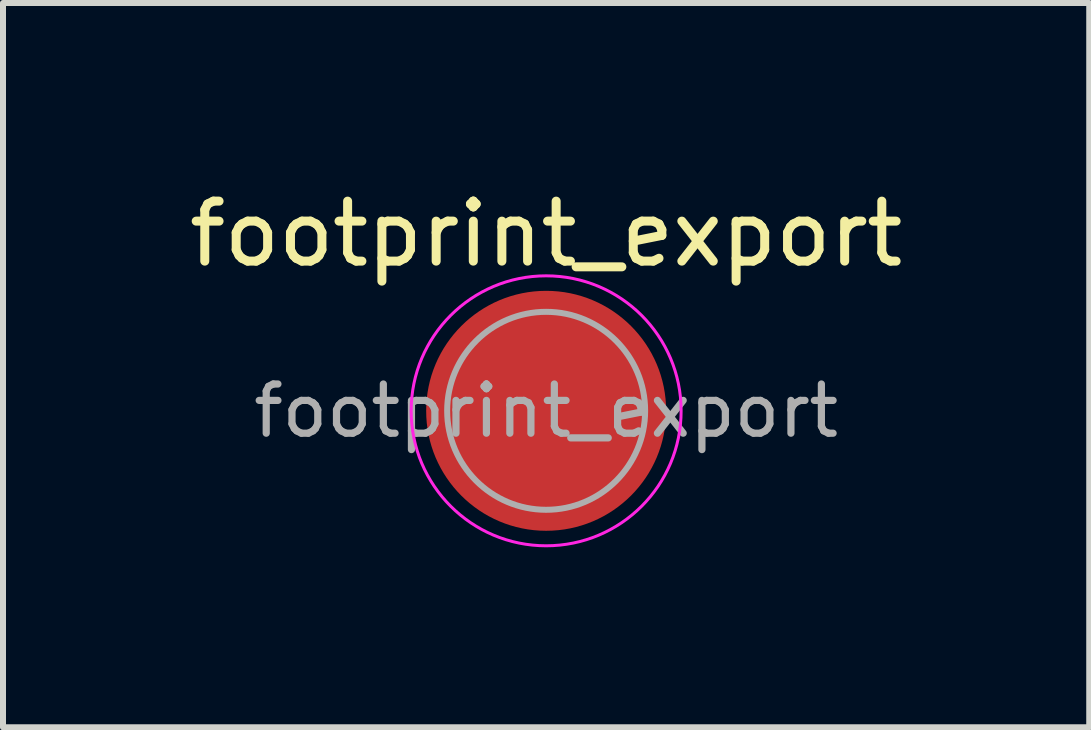
<source format=kicad_pcb>
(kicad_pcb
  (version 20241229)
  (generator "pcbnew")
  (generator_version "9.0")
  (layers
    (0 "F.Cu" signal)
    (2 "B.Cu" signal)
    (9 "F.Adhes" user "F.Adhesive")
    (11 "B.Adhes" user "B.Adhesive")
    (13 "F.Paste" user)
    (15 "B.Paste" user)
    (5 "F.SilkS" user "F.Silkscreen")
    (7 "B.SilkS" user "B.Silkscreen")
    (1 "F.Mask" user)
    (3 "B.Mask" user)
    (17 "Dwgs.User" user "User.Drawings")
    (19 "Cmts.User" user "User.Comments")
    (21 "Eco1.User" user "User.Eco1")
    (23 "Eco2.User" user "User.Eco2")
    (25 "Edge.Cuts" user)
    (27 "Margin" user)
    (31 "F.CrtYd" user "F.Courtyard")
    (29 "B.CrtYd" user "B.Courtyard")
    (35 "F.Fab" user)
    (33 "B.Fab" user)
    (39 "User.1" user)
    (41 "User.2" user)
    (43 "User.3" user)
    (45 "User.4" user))
  (footprint "footprint_export"
    (layer "F.Cu")
    (at 6.054 3.798)
    (property "Reference" "footprint_export" (at 0 -2.95 0) (layer "F.SilkS") (effects (font (size 1 1) (thickness 0.15))))
    (attr smd)
    (fp_circle (center 0 0) (end 2.25 0) (stroke (width 0.05) (type solid)) (fill no) (layer "F.CrtYd"))
    (fp_circle (center 0 0) (end 1.65 0) (stroke (width 0.1) (type solid)) (fill no) (layer "F.Fab"))
    (fp_text user "${REFERENCE}" (at 0 0 0) (layer "F.Fab") (effects (font (size 0.82 0.82) (thickness 0.12))))
    (pad "" smd custom (at -0.778 -0.778) (size 1.2 1.2) (layers "F.Paste") (options (anchor circle)) (primitives (gr_arc (start 0.465568 0.527817) (mid 0.494887 0.495062) (end 0.527624 0.465723) (width 0.2)) (gr_arc (start 0.344805 0.527817) (mid 0.424264 0.424264) (end 0.527818 0.344805) (width 0.2)) (gr_arc (start 0.232382 0.527817) (mid 0.353364 0.353743) (end 0.527329 0.232606) (width 0.2)) (gr_arc (start 0.123983 0.527817) (mid 0.282626 0.28306) (end 0.527243 0.124203) (width 0.2)) (gr_arc (start 0.017883 0.527817) (mid 0.211737 0.212527) (end 0.526755 0.018233) (width 0.2)) (gr_arc (start -0.086763 0.527817) (mid 0.141173 0.14167) (end 0.527142 -0.086568) (width 0.2)) (gr_arc (start -0.190428 0.527817) (mid 0.070433 0.070988) (end 0.527057 -0.190232) (width 0.2)) (gr_arc (start -0.293397 0.527817) (mid -0.000182 0.000182) (end 0.527315 -0.29328) (width 0.2)) (gr_arc (start -0.395852 0.527817) (mid -0.071085 -0.070336) (end 0.526781 -0.395631) (width 0.2)) (gr_arc (start -0.497918 0.527817) (mid -0.141622 -0.141221) (end 0.52726 -0.497809) (width 0.2)) (gr_arc (start -0.59968 0.527817) (mid -0.212364 -0.2119) (end 0.527171 -0.599563) (width 0.2)) (gr_arc (start -0.701202 0.527817) (mid -0.282952 -0.282733) (end 0.527511 -0.70115) (width 0.2)) (gr_arc (start -0.802531 0.527817) (mid -0.353765 -0.353343) (end 0.527227 -0.802438) (width 0.2)) (gr_arc (start -0.9037 0.527817) (mid -0.425176 -0.423352) (end 0.525265 -0.903319) (width 0.2)) (gr_arc (start -1.004737 0.527817) (mid -0.49534 -0.49461) (end 0.526794 -1.004593) (width 0.2)) (gr_line (start 0.528 0.466) (end 0.528 -1.005) (width 0.2)) (gr_line (start 0.466 0.528) (end -1.005 0.528) (width 0.2))))
    (pad "" smd custom (at -0.778 0.778) (size 1.2 1.2) (layers "F.Paste") (options (anchor circle)) (primitives (gr_arc (start 0.527817 -0.465568) (mid 0.495062 -0.494887) (end 0.465723 -0.527624) (width 0.2)) (gr_arc (start 0.527817 -0.344805) (mid 0.424264 -0.424264) (end 0.344805 -0.527818) (width 0.2)) (gr_arc (start 0.527817 -0.232382) (mid 0.353743 -0.353364) (end 0.232606 -0.527329) (width 0.2)) (gr_arc (start 0.527817 -0.123983) (mid 0.28306 -0.282626) (end 0.124203 -0.527243) (width 0.2)) (gr_arc (start 0.527817 -0.017883) (mid 0.212527 -0.211737) (end 0.018233 -0.526755) (width 0.2)) (gr_arc (start 0.527817 0.086763) (mid 0.14167 -0.141173) (end -0.086568 -0.527142) (width 0.2)) (gr_arc (start 0.527817 0.190428) (mid 0.070988 -0.070433) (end -0.190232 -0.527057) (width 0.2)) (gr_arc (start 0.527817 0.293397) (mid 0.000182 0.000182) (end -0.29328 -0.527315) (width 0.2)) (gr_arc (start 0.527817 0.395852) (mid -0.070336 0.071085) (end -0.395631 -0.526781) (width 0.2)) (gr_arc (start 0.527817 0.497918) (mid -0.141221 0.141622) (end -0.497809 -0.52726) (width 0.2)) (gr_arc (start 0.527817 0.59968) (mid -0.2119 0.212364) (end -0.599563 -0.527171) (width 0.2)) (gr_arc (start 0.527817 0.701202) (mid -0.282733 0.282952) (end -0.70115 -0.527511) (width 0.2)) (gr_arc (start 0.527817 0.802531) (mid -0.353343 0.353765) (end -0.802438 -0.527227) (width 0.2)) (gr_arc (start 0.527817 0.9037) (mid -0.423352 0.425176) (end -0.903319 -0.525265) (width 0.2)) (gr_arc (start 0.527817 1.004737) (mid -0.49461 0.49534) (end -1.004593 -0.526794) (width 0.2)) (gr_line (start 0.466 -0.528) (end -1.005 -0.528) (width 0.2)) (gr_line (start 0.528 -0.466) (end 0.528 1.005) (width 0.2))))
    (pad "" smd custom (at 0.778 -0.778) (size 1.2 1.2) (layers "F.Paste") (options (anchor circle)) (primitives (gr_arc (start -0.527817 0.465568) (mid -0.495062 0.494887) (end -0.465723 0.527624) (width 0.2)) (gr_arc (start -0.527817 0.344805) (mid -0.424264 0.424264) (end -0.344805 0.527818) (width 0.2)) (gr_arc (start -0.527817 0.232382) (mid -0.353743 0.353364) (end -0.232606 0.527329) (width 0.2)) (gr_arc (start -0.527817 0.123983) (mid -0.28306 0.282626) (end -0.124203 0.527243) (width 0.2)) (gr_arc (start -0.527817 0.017883) (mid -0.212527 0.211737) (end -0.018233 0.526755) (width 0.2)) (gr_arc (start -0.527817 -0.086763) (mid -0.14167 0.141173) (end 0.086568 0.527142) (width 0.2)) (gr_arc (start -0.527817 -0.190428) (mid -0.070988 0.070433) (end 0.190232 0.527057) (width 0.2)) (gr_arc (start -0.527817 -0.293397) (mid -0.000182 -0.000182) (end 0.29328 0.527315) (width 0.2)) (gr_arc (start -0.527817 -0.395852) (mid 0.070336 -0.071085) (end 0.395631 0.526781) (width 0.2)) (gr_arc (start -0.527817 -0.497918) (mid 0.141221 -0.141622) (end 0.497809 0.52726) (width 0.2)) (gr_arc (start -0.527817 -0.59968) (mid 0.2119 -0.212364) (end 0.599563 0.527171) (width 0.2)) (gr_arc (start -0.527817 -0.701202) (mid 0.282733 -0.282952) (end 0.70115 0.527511) (width 0.2)) (gr_arc (start -0.527817 -0.802531) (mid 0.353343 -0.353765) (end 0.802438 0.527227) (width 0.2)) (gr_arc (start -0.527817 -0.9037) (mid 0.423352 -0.425176) (end 0.903319 0.525265) (width 0.2)) (gr_arc (start -0.527817 -1.004737) (mid 0.49461 -0.49534) (end 1.004593 0.526794) (width 0.2)) (gr_line (start -0.466 0.528) (end 1.005 0.528) (width 0.2)) (gr_line (start -0.528 0.466) (end -0.528 -1.005) (width 0.2))))
    (pad "" smd custom (at 0.778 0.778) (size 1.2 1.2) (layers "F.Paste") (options (anchor circle)) (primitives (gr_arc (start -0.465568 -0.527817) (mid -0.494887 -0.495062) (end -0.527624 -0.465723) (width 0.2)) (gr_arc (start -0.344805 -0.527817) (mid -0.424264 -0.424264) (end -0.527818 -0.344805) (width 0.2)) (gr_arc (start -0.232382 -0.527817) (mid -0.353364 -0.353743) (end -0.527329 -0.232606) (width 0.2)) (gr_arc (start -0.123983 -0.527817) (mid -0.282626 -0.28306) (end -0.527243 -0.124203) (width 0.2)) (gr_arc (start -0.017883 -0.527817) (mid -0.211737 -0.212527) (end -0.526755 -0.018233) (width 0.2)) (gr_arc (start 0.086763 -0.527817) (mid -0.141173 -0.14167) (end -0.527142 0.086568) (width 0.2)) (gr_arc (start 0.190428 -0.527817) (mid -0.070433 -0.070988) (end -0.527057 0.190232) (width 0.2)) (gr_arc (start 0.293397 -0.527817) (mid 0.000182 -0.000182) (end -0.527315 0.29328) (width 0.2)) (gr_arc (start 0.395852 -0.527817) (mid 0.071085 0.070336) (end -0.526781 0.395631) (width 0.2)) (gr_arc (start 0.497918 -0.527817) (mid 0.141622 0.141221) (end -0.52726 0.497809) (width 0.2)) (gr_arc (start 0.59968 -0.527817) (mid 0.212364 0.2119) (end -0.527171 0.599563) (width 0.2)) (gr_arc (start 0.701202 -0.527817) (mid 0.282952 0.282733) (end -0.527511 0.70115) (width 0.2)) (gr_arc (start 0.802531 -0.527817) (mid 0.353765 0.353343) (end -0.527227 0.802438) (width 0.2)) (gr_arc (start 0.9037 -0.527817) (mid 0.425176 0.423352) (end -0.525265 0.903319) (width 0.2)) (gr_arc (start 1.004737 -0.527817) (mid 0.49534 0.49461) (end -0.526794 1.004593) (width 0.2)) (gr_line (start -0.528 -0.466) (end -0.528 1.005) (width 0.2)) (gr_line (start -0.466 -0.528) (end 1.005 -0.528) (width 0.2))))
    (pad "1" smd circle (at 0 0) (size 4 4) (layers "F.Cu" "F.Mask")))
  (gr_rect
    (start -3 -3)
    (end 15.107 9.073)
    (stroke (width 0.1) (type default))
    (fill no)
    (layer "Edge.Cuts")))
</source>
